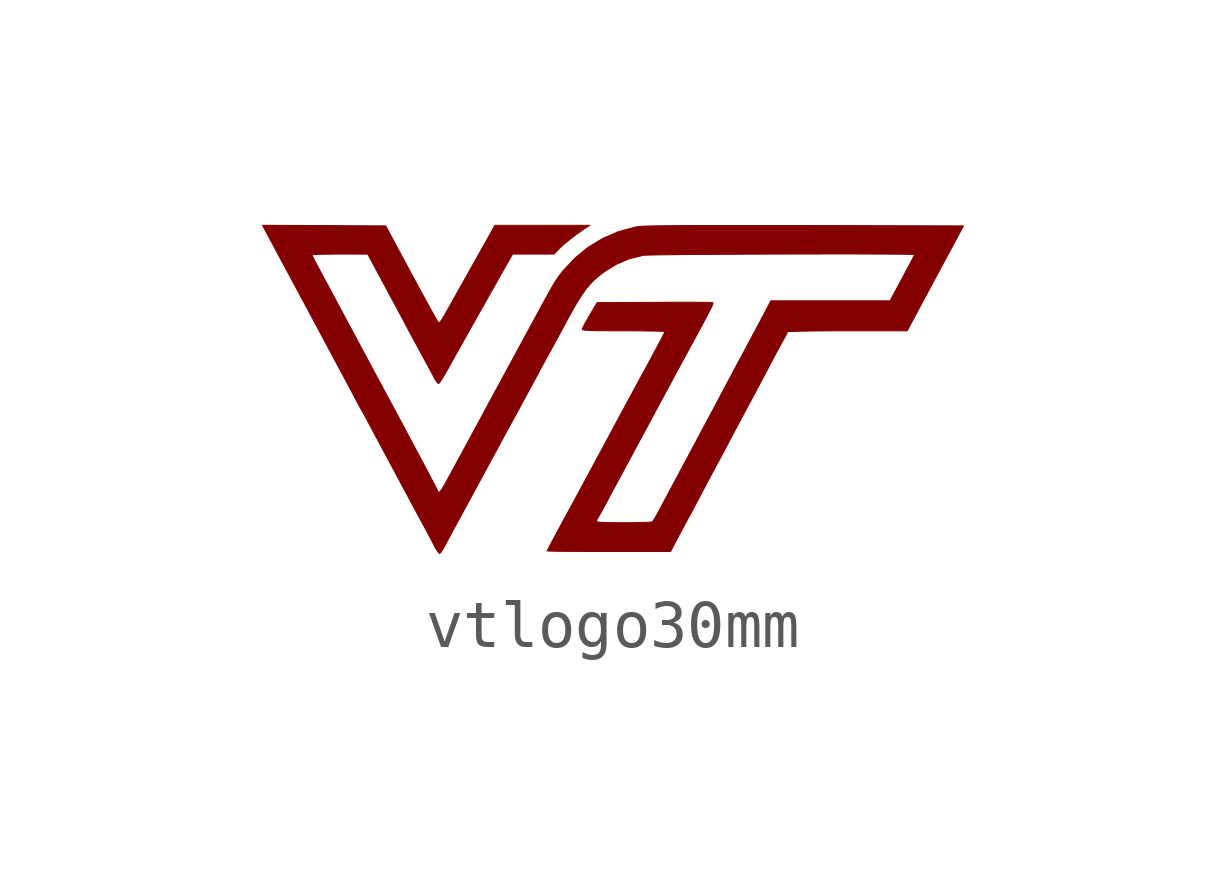
<source format=kicad_sym>
(kicad_symbol_lib
  (version 20220914)
  (generator kicad_symbol_editor)
  (symbol "vtlogo30mm"
    (pin_names
      (offset 1.016))
    (property "Reference" "#G"
      (at 0 8.79 0)
      (effects (font (size 1.27 1.27)) hide))
    (symbol "vtlogo30mm_0_0"
      (polyline (pts (xy -4.17 -1.443) (xy -4.133 -1.387) (xy -4.089 -1.311) (xy -4.058 -1.252) (xy -4.006 -1.155) (xy -3.938 -1.028) (xy -3.858 -0.88) (xy -3.77 -0.719) (xy -3.679 -0.55) (xy -3.634 -0.467) (xy -3.515 -0.249) (xy -3.386 -0.011) (xy -3.255 0.231) (xy -3.131 0.461) (xy -3.022 0.662) (xy -2.938 0.816) (xy -2.852 0.975) (xy -2.774 1.118) (xy -2.708 1.24) (xy -2.658 1.332) (xy -2.627 1.387) (xy -2.597 1.442) (xy -2.547 1.534) (xy -2.482 1.655) (xy -2.404 1.799) (xy -2.317 1.958) (xy -2.227 2.125) (xy -2.138 2.29) (xy -2.052 2.45) (xy -1.974 2.594) (xy -1.907 2.715) (xy -1.857 2.807) (xy -1.827 2.862) (xy -1.825 2.865) (xy -1.791 2.929) (xy -1.737 3.027) (xy -1.67 3.15) (xy -1.595 3.289) (xy -1.517 3.434) (xy -1.438 3.578) (xy -1.333 3.761) (xy -1.239 3.911) (xy -1.152 4.034) (xy -1.067 4.138) (xy -0.978 4.229) (xy -0.879 4.316) (xy -0.761 4.407) (xy -0.504 4.566) (xy -0.235 4.679) (xy 0.053 4.749) (xy 0.076 4.751) (xy 0.148 4.753) (xy 0.263 4.756) (xy 0.415 4.759) (xy 0.603 4.761) (xy 0.821 4.764) (xy 1.066 4.766) (xy 1.334 4.768) (xy 1.621 4.77) (xy 1.923 4.771) (xy 2.237 4.773) (xy 2.559 4.774) (xy 2.884 4.775) (xy 3.209 4.776) (xy 3.53 4.776) (xy 3.844 4.777) (xy 4.146 4.777) (xy 4.432 4.777) (xy 4.699 4.776) (xy 4.943 4.775) (xy 5.16 4.774) (xy 5.346 4.773) (xy 5.498 4.771) (xy 5.611 4.769) (xy 5.681 4.767) (xy 5.706 4.764) (xy 5.702 4.755) (xy 5.68 4.709) (xy 5.642 4.636) (xy 5.593 4.545) (xy 5.554 4.472) (xy 5.484 4.341) (xy 5.408 4.2) (xy 5.338 4.069) (xy 5.195 3.8) (xy 3.952 3.8) (xy 2.71 3.8) (xy 2.627 3.644) (xy 2.546 3.489) (xy 2.461 3.329) (xy 2.376 3.169) (xy 2.284 2.997) (xy 2.181 2.803) (xy 2.059 2.575) (xy 2.033 2.528) (xy 1.944 2.361) (xy 1.856 2.196) (xy 1.774 2.042) (xy 1.704 1.911) (xy 1.652 1.812) (xy 1.614 1.741) (xy 1.545 1.611) (xy 1.479 1.487) (xy 1.426 1.387) (xy 1.414 1.365) (xy 1.364 1.271) (xy 1.296 1.145) (xy 1.215 0.994) (xy 1.125 0.826) (xy 1.032 0.65) (xy 0.938 0.474) (xy 0.848 0.307) (xy 0.768 0.156) (xy 0.7 0.03) (xy 0.651 -0.062) (xy 0.612 -0.136) (xy 0.549 -0.254) (xy 0.479 -0.385) (xy 0.412 -0.512) (xy 0.408 -0.519) (xy 0.351 -0.625) (xy 0.3 -0.714) (xy 0.261 -0.778) (xy 0.239 -0.806) (xy 0.229 -0.809) (xy 0.174 -0.814) (xy 0.081 -0.818) (xy -0.043 -0.821) (xy -0.192 -0.824) (xy -0.357 -0.825) (xy -0.42 -0.825) (xy -0.596 -0.824) (xy -0.728 -0.822) (xy -0.823 -0.818) (xy -0.883 -0.812) (xy -0.916 -0.803) (xy -0.926 -0.792) (xy -0.925 -0.782) (xy -0.904 -0.736) (xy -0.9 -0.73) (xy -0.872 -0.686) (xy -0.831 -0.614) (xy -0.783 -0.525) (xy -0.78 -0.519) (xy -0.745 -0.455) (xy -0.69 -0.352) (xy -0.618 -0.217) (xy -0.53 -0.054) (xy -0.43 0.131) (xy -0.32 0.335) (xy -0.203 0.553) (xy -0.082 0.779) (xy 0.042 1.009) (xy 0.166 1.238) (xy 0.286 1.462) (xy 0.4 1.674) (xy 0.507 1.872) (xy 0.603 2.049) (xy 0.685 2.202) (xy 0.751 2.325) (xy 0.799 2.413) (xy 0.825 2.462) (xy 0.964 2.718) (xy 1.09 2.95) (xy 1.196 3.144) (xy 1.282 3.304) (xy 1.351 3.434) (xy 1.405 3.536) (xy 1.445 3.614) (xy 1.474 3.672) (xy 1.491 3.712) (xy 1.5 3.737) (xy 1.503 3.753) (xy 1.5 3.76) (xy 1.494 3.764) (xy 1.464 3.766) (xy 1.389 3.768) (xy 1.275 3.769) (xy 1.125 3.77) (xy 0.945 3.771) (xy 0.74 3.771) (xy 0.515 3.77) (xy 0.276 3.769) (xy -0.912 3.763) (xy -1.067 3.5) (xy -1.068 3.498) (xy -1.128 3.395) (xy -1.178 3.305) (xy -1.211 3.239) (xy -1.224 3.206) (xy -1.22 3.2) (xy -1.196 3.193) (xy -1.146 3.187) (xy -1.065 3.182) (xy -0.951 3.179) (xy -0.798 3.177) (xy -0.604 3.175) (xy -0.363 3.175) (xy -0.195 3.175) (xy -0.006 3.174) (xy 0.161 3.171) (xy 0.301 3.169) (xy 0.408 3.166) (xy 0.476 3.162) (xy 0.5 3.158) (xy 0.497 3.149) (xy 0.475 3.103) (xy 0.434 3.023) (xy 0.378 2.916) (xy 0.311 2.79) (xy 0.237 2.651) (xy 0.159 2.506) (xy 0.08 2.362) (xy 0.005 2.225) (xy 0.001 2.218) (xy -0.028 2.163) (xy -0.078 2.071) (xy -0.146 1.945) (xy -0.23 1.79) (xy -0.327 1.611) (xy -0.434 1.412) (xy -0.549 1.199) (xy -0.669 0.975) (xy -0.816 0.702) (xy -0.95 0.454) (xy -1.063 0.243) (xy -1.159 0.066) (xy -1.238 -0.081) (xy -1.303 -0.201) (xy -1.355 -0.297) (xy -1.396 -0.374) (xy -1.429 -0.434) (xy -1.454 -0.482) (xy -1.475 -0.52) (xy -1.493 -0.552) (xy -1.509 -0.582) (xy -1.526 -0.613) (xy -1.54 -0.637) (xy -1.57 -0.694) (xy -1.606 -0.759) (xy -1.65 -0.842) (xy -1.707 -0.947) (xy -1.781 -1.083) (xy -1.874 -1.257) (xy -1.912 -1.329) (xy -1.941 -1.387) (xy -1.952 -1.413) (xy -1.949 -1.414) (xy -1.91 -1.416) (xy -1.826 -1.418) (xy -1.704 -1.42) (xy -1.546 -1.422) (xy -1.36 -1.423) (xy -1.147 -1.424) (xy -0.915 -1.425) (xy -0.667 -1.425) (xy 0.619 -1.425) (xy 0.701 -1.269) (xy 0.724 -1.225) (xy 0.834 -1.017) (xy 0.923 -0.851) (xy 0.991 -0.725) (xy 1.039 -0.637) (xy 1.041 -0.633) (xy 1.077 -0.568) (xy 1.127 -0.473) (xy 1.188 -0.358) (xy 1.252 -0.237) (xy 1.311 -0.123) (xy 1.398 0.041) (xy 1.486 0.206) (xy 1.564 0.35) (xy 1.624 0.461) (xy 1.711 0.624) (xy 1.799 0.79) (xy 1.877 0.938) (xy 1.877 0.938) (xy 1.94 1.057) (xy 2.02 1.207) (xy 2.109 1.375) (xy 2.201 1.548) (xy 2.29 1.712) (xy 2.377 1.875) (xy 2.471 2.052) (xy 2.564 2.227) (xy 2.648 2.385) (xy 2.715 2.513) (xy 2.73 2.541) (xy 2.799 2.672) (xy 2.867 2.798) (xy 2.926 2.906) (xy 2.969 2.983) (xy 3.011 3.057) (xy 3.041 3.119) (xy 3.053 3.151) (xy 3.062 3.155) (xy 3.114 3.16) (xy 3.213 3.164) (xy 3.354 3.168) (xy 3.537 3.171) (xy 3.757 3.173) (xy 4.013 3.175) (xy 4.301 3.175) (xy 5.55 3.175) (xy 6.137 4.269) (xy 6.725 5.362) (xy 3.419 5.37) (xy 3.28 5.37) (xy 2.753 5.371) (xy 2.275 5.371) (xy 1.844 5.371) (xy 1.46 5.371) (xy 1.122 5.37) (xy 0.829 5.368) (xy 0.579 5.366) (xy 0.372 5.364) (xy 0.207 5.361) (xy 0.082 5.358) (xy -0.003 5.354) (xy -0.05 5.349) (xy -0.137 5.333) (xy -0.477 5.239) (xy -0.799 5.099) (xy -1.099 4.916) (xy -1.374 4.692) (xy -1.619 4.43) (xy -1.647 4.395) (xy -1.688 4.344) (xy -1.725 4.293) (xy -1.763 4.236) (xy -1.805 4.169) (xy -1.855 4.085) (xy -1.914 3.979) (xy -1.988 3.846) (xy -2.079 3.68) (xy -2.19 3.475) (xy -2.254 3.357) (xy -2.373 3.138) (xy -2.5 2.904) (xy -2.626 2.67) (xy -2.745 2.452) (xy -2.848 2.263) (xy -2.916 2.136) (xy -3.003 1.976) (xy -3.083 1.828) (xy -3.152 1.701) (xy -3.206 1.601) (xy -3.24 1.538) (xy -3.257 1.506) (xy -3.302 1.422) (xy -3.367 1.303) (xy -3.447 1.155) (xy -3.54 0.983) (xy -3.642 0.794) (xy -3.751 0.593) (xy -3.864 0.386) (xy -3.977 0.178) (xy -4.087 -0.024) (xy -4.093 -0.035) (xy -4.148 -0.126) (xy -4.191 -0.183) (xy -4.219 -0.201) (xy -4.229 -0.178) (xy -4.234 -0.166) (xy -4.26 -0.114) (xy -4.306 -0.024) (xy -4.371 0.101) (xy -4.452 0.256) (xy -4.549 0.439) (xy -4.658 0.645) (xy -4.779 0.871) (xy -4.908 1.113) (xy -5.045 1.368) (xy -5.116 1.499) (xy -5.254 1.757) (xy -5.387 2.005) (xy -5.513 2.238) (xy -5.628 2.453) (xy -5.731 2.645) (xy -5.819 2.81) (xy -5.891 2.944) (xy -5.944 3.042) (xy -5.975 3.1) (xy -5.993 3.134) (xy -6.056 3.253) (xy -6.119 3.369) (xy -6.169 3.462) (xy -6.172 3.468) (xy -6.226 3.569) (xy -6.29 3.688) (xy -6.35 3.8) (xy -6.372 3.843) (xy -6.43 3.95) (xy -6.5 4.081) (xy -6.577 4.223) (xy -6.653 4.365) (xy -6.707 4.466) (xy -6.767 4.579) (xy -6.814 4.67) (xy -6.845 4.733) (xy -6.857 4.759) (xy -6.848 4.762) (xy -6.797 4.766) (xy -6.708 4.77) (xy -6.586 4.772) (xy -6.439 4.774) (xy -6.275 4.775) (xy -5.693 4.774) (xy -5.355 4.145) (xy -5.262 3.972) (xy -5.171 3.803) (xy -5.087 3.646) (xy -5.013 3.509) (xy -4.955 3.4) (xy -4.916 3.327) (xy -4.868 3.237) (xy -4.755 3.026) (xy -4.644 2.821) (xy -4.542 2.632) (xy -4.457 2.475) (xy -4.447 2.458) (xy -4.391 2.354) (xy -4.338 2.255) (xy -4.3 2.181) (xy -4.281 2.147) (xy -4.245 2.096) (xy -4.218 2.076) (xy -4.203 2.088) (xy -4.167 2.136) (xy -4.119 2.212) (xy -4.064 2.307) (xy -3.994 2.432) (xy -3.903 2.595) (xy -3.796 2.785) (xy -3.678 2.997) (xy -3.553 3.22) (xy -3.425 3.448) (xy -3.298 3.672) (xy -3.178 3.886) (xy -3.068 4.08) (xy -2.973 4.248) (xy -2.898 4.381) (xy -2.674 4.775) (xy -2.243 4.775) (xy -1.812 4.775) (xy -1.725 4.865) (xy -1.703 4.888) (xy -1.599 4.982) (xy -1.471 5.088) (xy -1.333 5.193) (xy -1.201 5.286) (xy -1.065 5.375) (xy -2.053 5.375) (xy -3.041 5.375) (xy -3.22 5.056) (xy -3.22 5.056) (xy -3.29 4.931) (xy -3.377 4.776) (xy -3.474 4.604) (xy -3.573 4.428) (xy -3.666 4.263) (xy -3.676 4.244) (xy -3.765 4.085) (xy -3.855 3.926) (xy -3.938 3.778) (xy -4.009 3.651) (xy -4.062 3.557) (xy -4.105 3.483) (xy -4.154 3.403) (xy -4.192 3.35) (xy -4.211 3.332) (xy -4.223 3.349) (xy -4.257 3.406) (xy -4.31 3.5) (xy -4.38 3.624) (xy -4.463 3.776) (xy -4.559 3.951) (xy -4.663 4.143) (xy -4.775 4.35) (xy -5.319 5.362) (xy -6.603 5.369) (xy -7.887 5.375) (xy -7.763 5.144) (xy -7.76 5.138) (xy -7.718 5.059) (xy -7.656 4.944) (xy -7.577 4.797) (xy -7.486 4.627) (xy -7.385 4.439) (xy -7.279 4.241) (xy -7.17 4.037) (xy -7.153 4.007) (xy -7.046 3.807) (xy -6.943 3.615) (xy -6.847 3.436) (xy -6.762 3.278) (xy -6.691 3.145) (xy -6.637 3.044) (xy -6.603 2.981) (xy -6.6 2.975) (xy -6.537 2.858) (xy -6.467 2.726) (xy -6.403 2.606) (xy -6.393 2.587) (xy -6.334 2.478) (xy -6.277 2.371) (xy -6.231 2.288) (xy -6.229 2.284) (xy -6.19 2.211) (xy -6.135 2.107) (xy -6.071 1.987) (xy -6.005 1.863) (xy -5.991 1.835) (xy -5.933 1.726) (xy -5.884 1.634) (xy -5.848 1.568) (xy -5.83 1.538) (xy -5.815 1.513) (xy -5.781 1.452) (xy -5.734 1.365) (xy -5.68 1.262) (xy -5.677 1.257) (xy -5.628 1.165) (xy -5.559 1.037) (xy -5.474 0.878) (xy -5.377 0.695) (xy -5.27 0.496) (xy -5.157 0.286) (xy -5.043 0.072) (xy -4.929 -0.14) (xy -4.821 -0.342) (xy -4.721 -0.528) (xy -4.633 -0.691) (xy -4.56 -0.826) (xy -4.506 -0.925) (xy -4.473 -0.987) (xy -4.407 -1.11) (xy -4.346 -1.227) (xy -4.298 -1.319) (xy -4.295 -1.325) (xy -4.252 -1.4) (xy -4.216 -1.451) (xy -4.193 -1.467) (xy -4.17 -1.443)) (stroke (width 0.01) (type default)) (fill (type outline))))))
</source>
